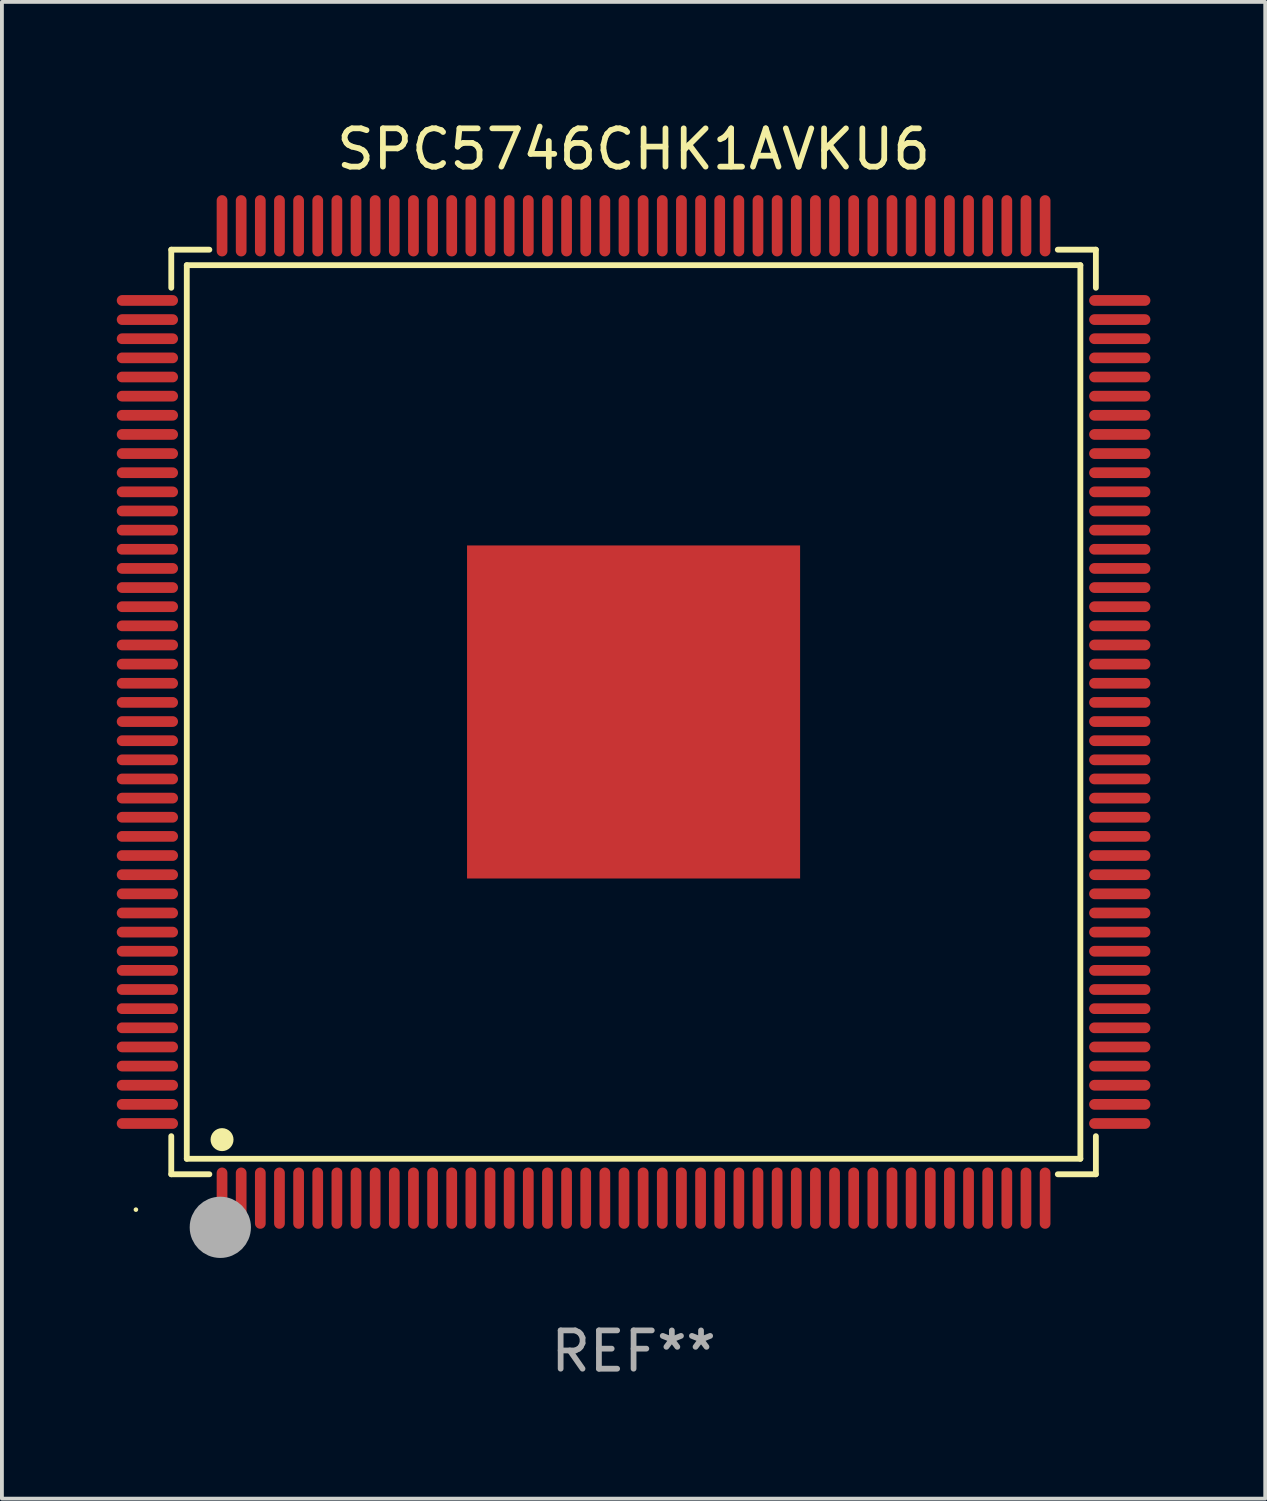
<source format=kicad_pcb>
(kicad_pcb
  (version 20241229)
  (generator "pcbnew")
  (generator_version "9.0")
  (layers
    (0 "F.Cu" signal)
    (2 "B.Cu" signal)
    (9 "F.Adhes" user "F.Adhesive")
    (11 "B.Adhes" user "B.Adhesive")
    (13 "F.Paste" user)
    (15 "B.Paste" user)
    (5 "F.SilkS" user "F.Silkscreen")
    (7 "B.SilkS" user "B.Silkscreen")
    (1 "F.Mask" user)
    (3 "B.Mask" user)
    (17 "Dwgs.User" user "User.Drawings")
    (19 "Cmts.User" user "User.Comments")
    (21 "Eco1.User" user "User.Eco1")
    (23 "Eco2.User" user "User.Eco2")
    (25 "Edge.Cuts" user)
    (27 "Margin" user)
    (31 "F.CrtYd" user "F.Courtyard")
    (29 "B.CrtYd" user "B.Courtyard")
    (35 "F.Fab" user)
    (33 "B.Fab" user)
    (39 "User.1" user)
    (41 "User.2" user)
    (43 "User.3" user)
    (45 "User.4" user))
  (footprint "SPC5746CHK1AVKU6"
    (layer "F.Cu")
    (at 13.5 15.548)
    (property "Reference" "SPC5746CHK1AVKU6" (at 0 -14.7 0) (layer "F.SilkS") (effects (font (size 1 1) (thickness 0.15))))
    (attr through_hole)
    (fp_line (start -12.076 -12.076) (end -11.081 -12.076) (stroke (width 0.152) (type solid)) (layer "F.SilkS"))
    (fp_line (start -12.076 -11.081) (end -12.076 -12.076) (stroke (width 0.152) (type solid)) (layer "F.SilkS"))
    (fp_line (start -12.076 11.081) (end -12.076 12.076) (stroke (width 0.152) (type solid)) (layer "F.SilkS"))
    (fp_line (start -12.076 12.076) (end -11.081 12.076) (stroke (width 0.152) (type solid)) (layer "F.SilkS"))
    (fp_line (start -11.671 -11.671) (end 11.671 -11.671) (stroke (width 0.152) (type solid)) (layer "F.SilkS"))
    (fp_line (start -11.671 11.671) (end -11.671 -11.671) (stroke (width 0.152) (type solid)) (layer "F.SilkS"))
    (fp_line (start 11.671 -11.671) (end 11.671 11.671) (stroke (width 0.152) (type solid)) (layer "F.SilkS"))
    (fp_line (start 11.671 11.671) (end -11.671 11.671) (stroke (width 0.152) (type solid)) (layer "F.SilkS"))
    (fp_line (start 12.076 -12.076) (end 11.081 -12.076) (stroke (width 0.152) (type solid)) (layer "F.SilkS"))
    (fp_line (start 12.076 -11.081) (end 12.076 -12.076) (stroke (width 0.152) (type solid)) (layer "F.SilkS"))
    (fp_line (start 12.076 11.081) (end 12.076 12.076) (stroke (width 0.152) (type solid)) (layer "F.SilkS"))
    (fp_line (start 12.076 12.076) (end 11.081 12.076) (stroke (width 0.152) (type solid)) (layer "F.SilkS"))
    (fp_circle (center -13 13) (end -12.97 13) (stroke (width 0.06) (type solid)) (fill no) (layer "F.SilkS"))
    (fp_circle (center -10.75 11.171) (end -10.6 11.171) (stroke (width 0.3) (type solid)) (fill no) (layer "F.SilkS"))
    (fp_circle (center -10.75 13.8) (end -10.65 13.8) (stroke (width 0.2) (type solid)) (fill no) (layer "F.SilkS"))
    (fp_circle (center -10.795 13.462) (end -10.395 13.462) (stroke (width 0.8) (type solid)) (fill no) (layer "F.Fab"))
    (fp_text user "REF**" (at 0 16.7 0) (layer "F.Fab") (effects (font (size 1 1) (thickness 0.15))))
    (pad "1" smd oval (at -10.75 12.7) (size 0.28 1.6) (layers "F.Cu" "F.Mask" "F.Paste"))
    (pad "2" smd oval (at -10.25 12.7) (size 0.28 1.6) (layers "F.Cu" "F.Mask" "F.Paste"))
    (pad "3" smd oval (at -9.75 12.7) (size 0.28 1.6) (layers "F.Cu" "F.Mask" "F.Paste"))
    (pad "4" smd oval (at -9.25 12.7) (size 0.28 1.6) (layers "F.Cu" "F.Mask" "F.Paste"))
    (pad "5" smd oval (at -8.75 12.7) (size 0.28 1.6) (layers "F.Cu" "F.Mask" "F.Paste"))
    (pad "6" smd oval (at -8.25 12.7) (size 0.28 1.6) (layers "F.Cu" "F.Mask" "F.Paste"))
    (pad "7" smd oval (at -7.75 12.7) (size 0.28 1.6) (layers "F.Cu" "F.Mask" "F.Paste"))
    (pad "8" smd oval (at -7.25 12.7) (size 0.28 1.6) (layers "F.Cu" "F.Mask" "F.Paste"))
    (pad "9" smd oval (at -6.75 12.7) (size 0.28 1.6) (layers "F.Cu" "F.Mask" "F.Paste"))
    (pad "10" smd oval (at -6.25 12.7) (size 0.28 1.6) (layers "F.Cu" "F.Mask" "F.Paste"))
    (pad "11" smd oval (at -5.75 12.7) (size 0.28 1.6) (layers "F.Cu" "F.Mask" "F.Paste"))
    (pad "12" smd oval (at -5.25 12.7) (size 0.28 1.6) (layers "F.Cu" "F.Mask" "F.Paste"))
    (pad "13" smd oval (at -4.75 12.7) (size 0.28 1.6) (layers "F.Cu" "F.Mask" "F.Paste"))
    (pad "14" smd oval (at -4.25 12.7) (size 0.28 1.6) (layers "F.Cu" "F.Mask" "F.Paste"))
    (pad "15" smd oval (at -3.75 12.7) (size 0.28 1.6) (layers "F.Cu" "F.Mask" "F.Paste"))
    (pad "16" smd oval (at -3.25 12.7) (size 0.28 1.6) (layers "F.Cu" "F.Mask" "F.Paste"))
    (pad "17" smd oval (at -2.75 12.7) (size 0.28 1.6) (layers "F.Cu" "F.Mask" "F.Paste"))
    (pad "18" smd oval (at -2.25 12.7) (size 0.28 1.6) (layers "F.Cu" "F.Mask" "F.Paste"))
    (pad "19" smd oval (at -1.75 12.7) (size 0.28 1.6) (layers "F.Cu" "F.Mask" "F.Paste"))
    (pad "20" smd oval (at -1.25 12.7) (size 0.28 1.6) (layers "F.Cu" "F.Mask" "F.Paste"))
    (pad "21" smd oval (at -0.75 12.7) (size 0.28 1.6) (layers "F.Cu" "F.Mask" "F.Paste"))
    (pad "22" smd oval (at -0.25 12.7) (size 0.28 1.6) (layers "F.Cu" "F.Mask" "F.Paste"))
    (pad "23" smd oval (at 0.25 12.7) (size 0.28 1.6) (layers "F.Cu" "F.Mask" "F.Paste"))
    (pad "24" smd oval (at 0.75 12.7) (size 0.28 1.6) (layers "F.Cu" "F.Mask" "F.Paste"))
    (pad "25" smd oval (at 1.25 12.7) (size 0.28 1.6) (layers "F.Cu" "F.Mask" "F.Paste"))
    (pad "26" smd oval (at 1.75 12.7) (size 0.28 1.6) (layers "F.Cu" "F.Mask" "F.Paste"))
    (pad "27" smd oval (at 2.25 12.7) (size 0.28 1.6) (layers "F.Cu" "F.Mask" "F.Paste"))
    (pad "28" smd oval (at 2.75 12.7) (size 0.28 1.6) (layers "F.Cu" "F.Mask" "F.Paste"))
    (pad "29" smd oval (at 3.25 12.7) (size 0.28 1.6) (layers "F.Cu" "F.Mask" "F.Paste"))
    (pad "30" smd oval (at 3.75 12.7) (size 0.28 1.6) (layers "F.Cu" "F.Mask" "F.Paste"))
    (pad "31" smd oval (at 4.25 12.7) (size 0.28 1.6) (layers "F.Cu" "F.Mask" "F.Paste"))
    (pad "32" smd oval (at 4.75 12.7) (size 0.28 1.6) (layers "F.Cu" "F.Mask" "F.Paste"))
    (pad "33" smd oval (at 5.25 12.7) (size 0.28 1.6) (layers "F.Cu" "F.Mask" "F.Paste"))
    (pad "34" smd oval (at 5.75 12.7) (size 0.28 1.6) (layers "F.Cu" "F.Mask" "F.Paste"))
    (pad "35" smd oval (at 6.25 12.7) (size 0.28 1.6) (layers "F.Cu" "F.Mask" "F.Paste"))
    (pad "36" smd oval (at 6.75 12.7) (size 0.28 1.6) (layers "F.Cu" "F.Mask" "F.Paste"))
    (pad "37" smd oval (at 7.25 12.7) (size 0.28 1.6) (layers "F.Cu" "F.Mask" "F.Paste"))
    (pad "38" smd oval (at 7.75 12.7) (size 0.28 1.6) (layers "F.Cu" "F.Mask" "F.Paste"))
    (pad "39" smd oval (at 8.25 12.7) (size 0.28 1.6) (layers "F.Cu" "F.Mask" "F.Paste"))
    (pad "40" smd oval (at 8.75 12.7) (size 0.28 1.6) (layers "F.Cu" "F.Mask" "F.Paste"))
    (pad "41" smd oval (at 9.25 12.7) (size 0.28 1.6) (layers "F.Cu" "F.Mask" "F.Paste"))
    (pad "42" smd oval (at 9.75 12.7) (size 0.28 1.6) (layers "F.Cu" "F.Mask" "F.Paste"))
    (pad "43" smd oval (at 10.25 12.7) (size 0.28 1.6) (layers "F.Cu" "F.Mask" "F.Paste"))
    (pad "44" smd oval (at 10.75 12.7) (size 0.28 1.6) (layers "F.Cu" "F.Mask" "F.Paste"))
    (pad "45" smd oval (at 12.7 10.75) (size 1.6 0.28) (layers "F.Cu" "F.Mask" "F.Paste"))
    (pad "46" smd oval (at 12.7 10.25) (size 1.6 0.28) (layers "F.Cu" "F.Mask" "F.Paste"))
    (pad "47" smd oval (at 12.7 9.75) (size 1.6 0.28) (layers "F.Cu" "F.Mask" "F.Paste"))
    (pad "48" smd oval (at 12.7 9.25) (size 1.6 0.28) (layers "F.Cu" "F.Mask" "F.Paste"))
    (pad "49" smd oval (at 12.7 8.75) (size 1.6 0.28) (layers "F.Cu" "F.Mask" "F.Paste"))
    (pad "50" smd oval (at 12.7 8.25) (size 1.6 0.28) (layers "F.Cu" "F.Mask" "F.Paste"))
    (pad "51" smd oval (at 12.7 7.75) (size 1.6 0.28) (layers "F.Cu" "F.Mask" "F.Paste"))
    (pad "52" smd oval (at 12.7 7.25) (size 1.6 0.28) (layers "F.Cu" "F.Mask" "F.Paste"))
    (pad "53" smd oval (at 12.7 6.75) (size 1.6 0.28) (layers "F.Cu" "F.Mask" "F.Paste"))
    (pad "54" smd oval (at 12.7 6.25) (size 1.6 0.28) (layers "F.Cu" "F.Mask" "F.Paste"))
    (pad "55" smd oval (at 12.7 5.75) (size 1.6 0.28) (layers "F.Cu" "F.Mask" "F.Paste"))
    (pad "56" smd oval (at 12.7 5.25) (size 1.6 0.28) (layers "F.Cu" "F.Mask" "F.Paste"))
    (pad "57" smd oval (at 12.7 4.75) (size 1.6 0.28) (layers "F.Cu" "F.Mask" "F.Paste"))
    (pad "58" smd oval (at 12.7 4.25) (size 1.6 0.28) (layers "F.Cu" "F.Mask" "F.Paste"))
    (pad "59" smd oval (at 12.7 3.75) (size 1.6 0.28) (layers "F.Cu" "F.Mask" "F.Paste"))
    (pad "60" smd oval (at 12.7 3.25) (size 1.6 0.28) (layers "F.Cu" "F.Mask" "F.Paste"))
    (pad "61" smd oval (at 12.7 2.75) (size 1.6 0.28) (layers "F.Cu" "F.Mask" "F.Paste"))
    (pad "62" smd oval (at 12.7 2.25) (size 1.6 0.28) (layers "F.Cu" "F.Mask" "F.Paste"))
    (pad "63" smd oval (at 12.7 1.75) (size 1.6 0.28) (layers "F.Cu" "F.Mask" "F.Paste"))
    (pad "64" smd oval (at 12.7 1.25) (size 1.6 0.28) (layers "F.Cu" "F.Mask" "F.Paste"))
    (pad "65" smd oval (at 12.7 0.75) (size 1.6 0.28) (layers "F.Cu" "F.Mask" "F.Paste"))
    (pad "66" smd oval (at 12.7 0.25) (size 1.6 0.28) (layers "F.Cu" "F.Mask" "F.Paste"))
    (pad "67" smd oval (at 12.7 -0.25) (size 1.6 0.28) (layers "F.Cu" "F.Mask" "F.Paste"))
    (pad "68" smd oval (at 12.7 -0.75) (size 1.6 0.28) (layers "F.Cu" "F.Mask" "F.Paste"))
    (pad "69" smd oval (at 12.7 -1.25) (size 1.6 0.28) (layers "F.Cu" "F.Mask" "F.Paste"))
    (pad "70" smd oval (at 12.7 -1.75) (size 1.6 0.28) (layers "F.Cu" "F.Mask" "F.Paste"))
    (pad "71" smd oval (at 12.7 -2.25) (size 1.6 0.28) (layers "F.Cu" "F.Mask" "F.Paste"))
    (pad "72" smd oval (at 12.7 -2.75) (size 1.6 0.28) (layers "F.Cu" "F.Mask" "F.Paste"))
    (pad "73" smd oval (at 12.7 -3.25) (size 1.6 0.28) (layers "F.Cu" "F.Mask" "F.Paste"))
    (pad "74" smd oval (at 12.7 -3.75) (size 1.6 0.28) (layers "F.Cu" "F.Mask" "F.Paste"))
    (pad "75" smd oval (at 12.7 -4.25) (size 1.6 0.28) (layers "F.Cu" "F.Mask" "F.Paste"))
    (pad "76" smd oval (at 12.7 -4.75) (size 1.6 0.28) (layers "F.Cu" "F.Mask" "F.Paste"))
    (pad "77" smd oval (at 12.7 -5.25) (size 1.6 0.28) (layers "F.Cu" "F.Mask" "F.Paste"))
    (pad "78" smd oval (at 12.7 -5.75) (size 1.6 0.28) (layers "F.Cu" "F.Mask" "F.Paste"))
    (pad "79" smd oval (at 12.7 -6.25) (size 1.6 0.28) (layers "F.Cu" "F.Mask" "F.Paste"))
    (pad "80" smd oval (at 12.7 -6.75) (size 1.6 0.28) (layers "F.Cu" "F.Mask" "F.Paste"))
    (pad "81" smd oval (at 12.7 -7.25) (size 1.6 0.28) (layers "F.Cu" "F.Mask" "F.Paste"))
    (pad "82" smd oval (at 12.7 -7.75) (size 1.6 0.28) (layers "F.Cu" "F.Mask" "F.Paste"))
    (pad "83" smd oval (at 12.7 -8.25) (size 1.6 0.28) (layers "F.Cu" "F.Mask" "F.Paste"))
    (pad "84" smd oval (at 12.7 -8.75) (size 1.6 0.28) (layers "F.Cu" "F.Mask" "F.Paste"))
    (pad "85" smd oval (at 12.7 -9.25) (size 1.6 0.28) (layers "F.Cu" "F.Mask" "F.Paste"))
    (pad "86" smd oval (at 12.7 -9.75) (size 1.6 0.28) (layers "F.Cu" "F.Mask" "F.Paste"))
    (pad "87" smd oval (at 12.7 -10.25) (size 1.6 0.28) (layers "F.Cu" "F.Mask" "F.Paste"))
    (pad "88" smd oval (at 12.7 -10.75) (size 1.6 0.28) (layers "F.Cu" "F.Mask" "F.Paste"))
    (pad "89" smd oval (at 10.75 -12.7) (size 0.28 1.6) (layers "F.Cu" "F.Mask" "F.Paste"))
    (pad "90" smd oval (at 10.25 -12.7) (size 0.28 1.6) (layers "F.Cu" "F.Mask" "F.Paste"))
    (pad "91" smd oval (at 9.75 -12.7) (size 0.28 1.6) (layers "F.Cu" "F.Mask" "F.Paste"))
    (pad "92" smd oval (at 9.25 -12.7) (size 0.28 1.6) (layers "F.Cu" "F.Mask" "F.Paste"))
    (pad "93" smd oval (at 8.75 -12.7) (size 0.28 1.6) (layers "F.Cu" "F.Mask" "F.Paste"))
    (pad "94" smd oval (at 8.25 -12.7) (size 0.28 1.6) (layers "F.Cu" "F.Mask" "F.Paste"))
    (pad "95" smd oval (at 7.75 -12.7) (size 0.28 1.6) (layers "F.Cu" "F.Mask" "F.Paste"))
    (pad "96" smd oval (at 7.25 -12.7) (size 0.28 1.6) (layers "F.Cu" "F.Mask" "F.Paste"))
    (pad "97" smd oval (at 6.75 -12.7) (size 0.28 1.6) (layers "F.Cu" "F.Mask" "F.Paste"))
    (pad "98" smd oval (at 6.25 -12.7) (size 0.28 1.6) (layers "F.Cu" "F.Mask" "F.Paste"))
    (pad "99" smd oval (at 5.75 -12.7) (size 0.28 1.6) (layers "F.Cu" "F.Mask" "F.Paste"))
    (pad "100" smd oval (at 5.25 -12.7) (size 0.28 1.6) (layers "F.Cu" "F.Mask" "F.Paste"))
    (pad "101" smd oval (at 4.75 -12.7) (size 0.28 1.6) (layers "F.Cu" "F.Mask" "F.Paste"))
    (pad "102" smd oval (at 4.25 -12.7) (size 0.28 1.6) (layers "F.Cu" "F.Mask" "F.Paste"))
    (pad "103" smd oval (at 3.75 -12.7) (size 0.28 1.6) (layers "F.Cu" "F.Mask" "F.Paste"))
    (pad "104" smd oval (at 3.25 -12.7) (size 0.28 1.6) (layers "F.Cu" "F.Mask" "F.Paste"))
    (pad "105" smd oval (at 2.75 -12.7) (size 0.28 1.6) (layers "F.Cu" "F.Mask" "F.Paste"))
    (pad "106" smd oval (at 2.25 -12.7) (size 0.28 1.6) (layers "F.Cu" "F.Mask" "F.Paste"))
    (pad "107" smd oval (at 1.75 -12.7) (size 0.28 1.6) (layers "F.Cu" "F.Mask" "F.Paste"))
    (pad "108" smd oval (at 1.25 -12.7) (size 0.28 1.6) (layers "F.Cu" "F.Mask" "F.Paste"))
    (pad "109" smd oval (at 0.75 -12.7) (size 0.28 1.6) (layers "F.Cu" "F.Mask" "F.Paste"))
    (pad "110" smd oval (at 0.25 -12.7) (size 0.28 1.6) (layers "F.Cu" "F.Mask" "F.Paste"))
    (pad "111" smd oval (at -0.25 -12.7) (size 0.28 1.6) (layers "F.Cu" "F.Mask" "F.Paste"))
    (pad "112" smd oval (at -0.75 -12.7) (size 0.28 1.6) (layers "F.Cu" "F.Mask" "F.Paste"))
    (pad "113" smd oval (at -1.25 -12.7) (size 0.28 1.6) (layers "F.Cu" "F.Mask" "F.Paste"))
    (pad "114" smd oval (at -1.75 -12.7) (size 0.28 1.6) (layers "F.Cu" "F.Mask" "F.Paste"))
    (pad "115" smd oval (at -2.25 -12.7) (size 0.28 1.6) (layers "F.Cu" "F.Mask" "F.Paste"))
    (pad "116" smd oval (at -2.75 -12.7) (size 0.28 1.6) (layers "F.Cu" "F.Mask" "F.Paste"))
    (pad "117" smd oval (at -3.25 -12.7) (size 0.28 1.6) (layers "F.Cu" "F.Mask" "F.Paste"))
    (pad "118" smd oval (at -3.75 -12.7) (size 0.28 1.6) (layers "F.Cu" "F.Mask" "F.Paste"))
    (pad "119" smd oval (at -4.25 -12.7) (size 0.28 1.6) (layers "F.Cu" "F.Mask" "F.Paste"))
    (pad "120" smd oval (at -4.75 -12.7) (size 0.28 1.6) (layers "F.Cu" "F.Mask" "F.Paste"))
    (pad "121" smd oval (at -5.25 -12.7) (size 0.28 1.6) (layers "F.Cu" "F.Mask" "F.Paste"))
    (pad "122" smd oval (at -5.75 -12.7) (size 0.28 1.6) (layers "F.Cu" "F.Mask" "F.Paste"))
    (pad "123" smd oval (at -6.25 -12.7) (size 0.28 1.6) (layers "F.Cu" "F.Mask" "F.Paste"))
    (pad "124" smd oval (at -6.75 -12.7) (size 0.28 1.6) (layers "F.Cu" "F.Mask" "F.Paste"))
    (pad "125" smd oval (at -7.25 -12.7) (size 0.28 1.6) (layers "F.Cu" "F.Mask" "F.Paste"))
    (pad "126" smd oval (at -7.75 -12.7) (size 0.28 1.6) (layers "F.Cu" "F.Mask" "F.Paste"))
    (pad "127" smd oval (at -8.25 -12.7) (size 0.28 1.6) (layers "F.Cu" "F.Mask" "F.Paste"))
    (pad "128" smd oval (at -8.75 -12.7) (size 0.28 1.6) (layers "F.Cu" "F.Mask" "F.Paste"))
    (pad "129" smd oval (at -9.25 -12.7) (size 0.28 1.6) (layers "F.Cu" "F.Mask" "F.Paste"))
    (pad "130" smd oval (at -9.75 -12.7) (size 0.28 1.6) (layers "F.Cu" "F.Mask" "F.Paste"))
    (pad "131" smd oval (at -10.25 -12.7) (size 0.28 1.6) (layers "F.Cu" "F.Mask" "F.Paste"))
    (pad "132" smd oval (at -10.75 -12.7) (size 0.28 1.6) (layers "F.Cu" "F.Mask" "F.Paste"))
    (pad "133" smd oval (at -12.7 -10.75) (size 1.6 0.28) (layers "F.Cu" "F.Mask" "F.Paste"))
    (pad "134" smd oval (at -12.7 -10.25) (size 1.6 0.28) (layers "F.Cu" "F.Mask" "F.Paste"))
    (pad "135" smd oval (at -12.7 -9.75) (size 1.6 0.28) (layers "F.Cu" "F.Mask" "F.Paste"))
    (pad "136" smd oval (at -12.7 -9.25) (size 1.6 0.28) (layers "F.Cu" "F.Mask" "F.Paste"))
    (pad "137" smd oval (at -12.7 -8.75) (size 1.6 0.28) (layers "F.Cu" "F.Mask" "F.Paste"))
    (pad "138" smd oval (at -12.7 -8.25) (size 1.6 0.28) (layers "F.Cu" "F.Mask" "F.Paste"))
    (pad "139" smd oval (at -12.7 -7.75) (size 1.6 0.28) (layers "F.Cu" "F.Mask" "F.Paste"))
    (pad "140" smd oval (at -12.7 -7.25) (size 1.6 0.28) (layers "F.Cu" "F.Mask" "F.Paste"))
    (pad "141" smd oval (at -12.7 -6.75) (size 1.6 0.28) (layers "F.Cu" "F.Mask" "F.Paste"))
    (pad "142" smd oval (at -12.7 -6.25) (size 1.6 0.28) (layers "F.Cu" "F.Mask" "F.Paste"))
    (pad "143" smd oval (at -12.7 -5.75) (size 1.6 0.28) (layers "F.Cu" "F.Mask" "F.Paste"))
    (pad "144" smd oval (at -12.7 -5.25) (size 1.6 0.28) (layers "F.Cu" "F.Mask" "F.Paste"))
    (pad "145" smd oval (at -12.7 -4.75) (size 1.6 0.28) (layers "F.Cu" "F.Mask" "F.Paste"))
    (pad "146" smd oval (at -12.7 -4.25) (size 1.6 0.28) (layers "F.Cu" "F.Mask" "F.Paste"))
    (pad "147" smd oval (at -12.7 -3.75) (size 1.6 0.28) (layers "F.Cu" "F.Mask" "F.Paste"))
    (pad "148" smd oval (at -12.7 -3.25) (size 1.6 0.28) (layers "F.Cu" "F.Mask" "F.Paste"))
    (pad "149" smd oval (at -12.7 -2.75) (size 1.6 0.28) (layers "F.Cu" "F.Mask" "F.Paste"))
    (pad "150" smd oval (at -12.7 -2.25) (size 1.6 0.28) (layers "F.Cu" "F.Mask" "F.Paste"))
    (pad "151" smd oval (at -12.7 -1.75) (size 1.6 0.28) (layers "F.Cu" "F.Mask" "F.Paste"))
    (pad "152" smd oval (at -12.7 -1.25) (size 1.6 0.28) (layers "F.Cu" "F.Mask" "F.Paste"))
    (pad "153" smd oval (at -12.7 -0.75) (size 1.6 0.28) (layers "F.Cu" "F.Mask" "F.Paste"))
    (pad "154" smd oval (at -12.7 -0.25) (size 1.6 0.28) (layers "F.Cu" "F.Mask" "F.Paste"))
    (pad "155" smd oval (at -12.7 0.25) (size 1.6 0.28) (layers "F.Cu" "F.Mask" "F.Paste"))
    (pad "156" smd oval (at -12.7 0.75) (size 1.6 0.28) (layers "F.Cu" "F.Mask" "F.Paste"))
    (pad "157" smd oval (at -12.7 1.25) (size 1.6 0.28) (layers "F.Cu" "F.Mask" "F.Paste"))
    (pad "158" smd oval (at -12.7 1.75) (size 1.6 0.28) (layers "F.Cu" "F.Mask" "F.Paste"))
    (pad "159" smd oval (at -12.7 2.25) (size 1.6 0.28) (layers "F.Cu" "F.Mask" "F.Paste"))
    (pad "160" smd oval (at -12.7 2.75) (size 1.6 0.28) (layers "F.Cu" "F.Mask" "F.Paste"))
    (pad "161" smd oval (at -12.7 3.25) (size 1.6 0.28) (layers "F.Cu" "F.Mask" "F.Paste"))
    (pad "162" smd oval (at -12.7 3.75) (size 1.6 0.28) (layers "F.Cu" "F.Mask" "F.Paste"))
    (pad "163" smd oval (at -12.7 4.25) (size 1.6 0.28) (layers "F.Cu" "F.Mask" "F.Paste"))
    (pad "164" smd oval (at -12.7 4.75) (size 1.6 0.28) (layers "F.Cu" "F.Mask" "F.Paste"))
    (pad "165" smd oval (at -12.7 5.25) (size 1.6 0.28) (layers "F.Cu" "F.Mask" "F.Paste"))
    (pad "166" smd oval (at -12.7 5.75) (size 1.6 0.28) (layers "F.Cu" "F.Mask" "F.Paste"))
    (pad "167" smd oval (at -12.7 6.25) (size 1.6 0.28) (layers "F.Cu" "F.Mask" "F.Paste"))
    (pad "168" smd oval (at -12.7 6.75) (size 1.6 0.28) (layers "F.Cu" "F.Mask" "F.Paste"))
    (pad "169" smd oval (at -12.7 7.25) (size 1.6 0.28) (layers "F.Cu" "F.Mask" "F.Paste"))
    (pad "170" smd oval (at -12.7 7.75) (size 1.6 0.28) (layers "F.Cu" "F.Mask" "F.Paste"))
    (pad "171" smd oval (at -12.7 8.25) (size 1.6 0.28) (layers "F.Cu" "F.Mask" "F.Paste"))
    (pad "172" smd oval (at -12.7 8.75) (size 1.6 0.28) (layers "F.Cu" "F.Mask" "F.Paste"))
    (pad "173" smd oval (at -12.7 9.25) (size 1.6 0.28) (layers "F.Cu" "F.Mask" "F.Paste"))
    (pad "174" smd oval (at -12.7 9.75) (size 1.6 0.28) (layers "F.Cu" "F.Mask" "F.Paste"))
    (pad "175" smd oval (at -12.7 10.25) (size 1.6 0.28) (layers "F.Cu" "F.Mask" "F.Paste"))
    (pad "176" smd oval (at -12.7 10.75) (size 1.6 0.28) (layers "F.Cu" "F.Mask" "F.Paste"))
    (pad "177" smd rect (at 0 0) (size 8.7 8.7) (layers "F.Cu" "F.Mask" "F.Paste")))
  (gr_rect
    (start -3 -3)
    (end 30 36.097)
    (stroke (width 0.1) (type default))
    (fill no)
    (layer "Edge.Cuts")))
</source>
